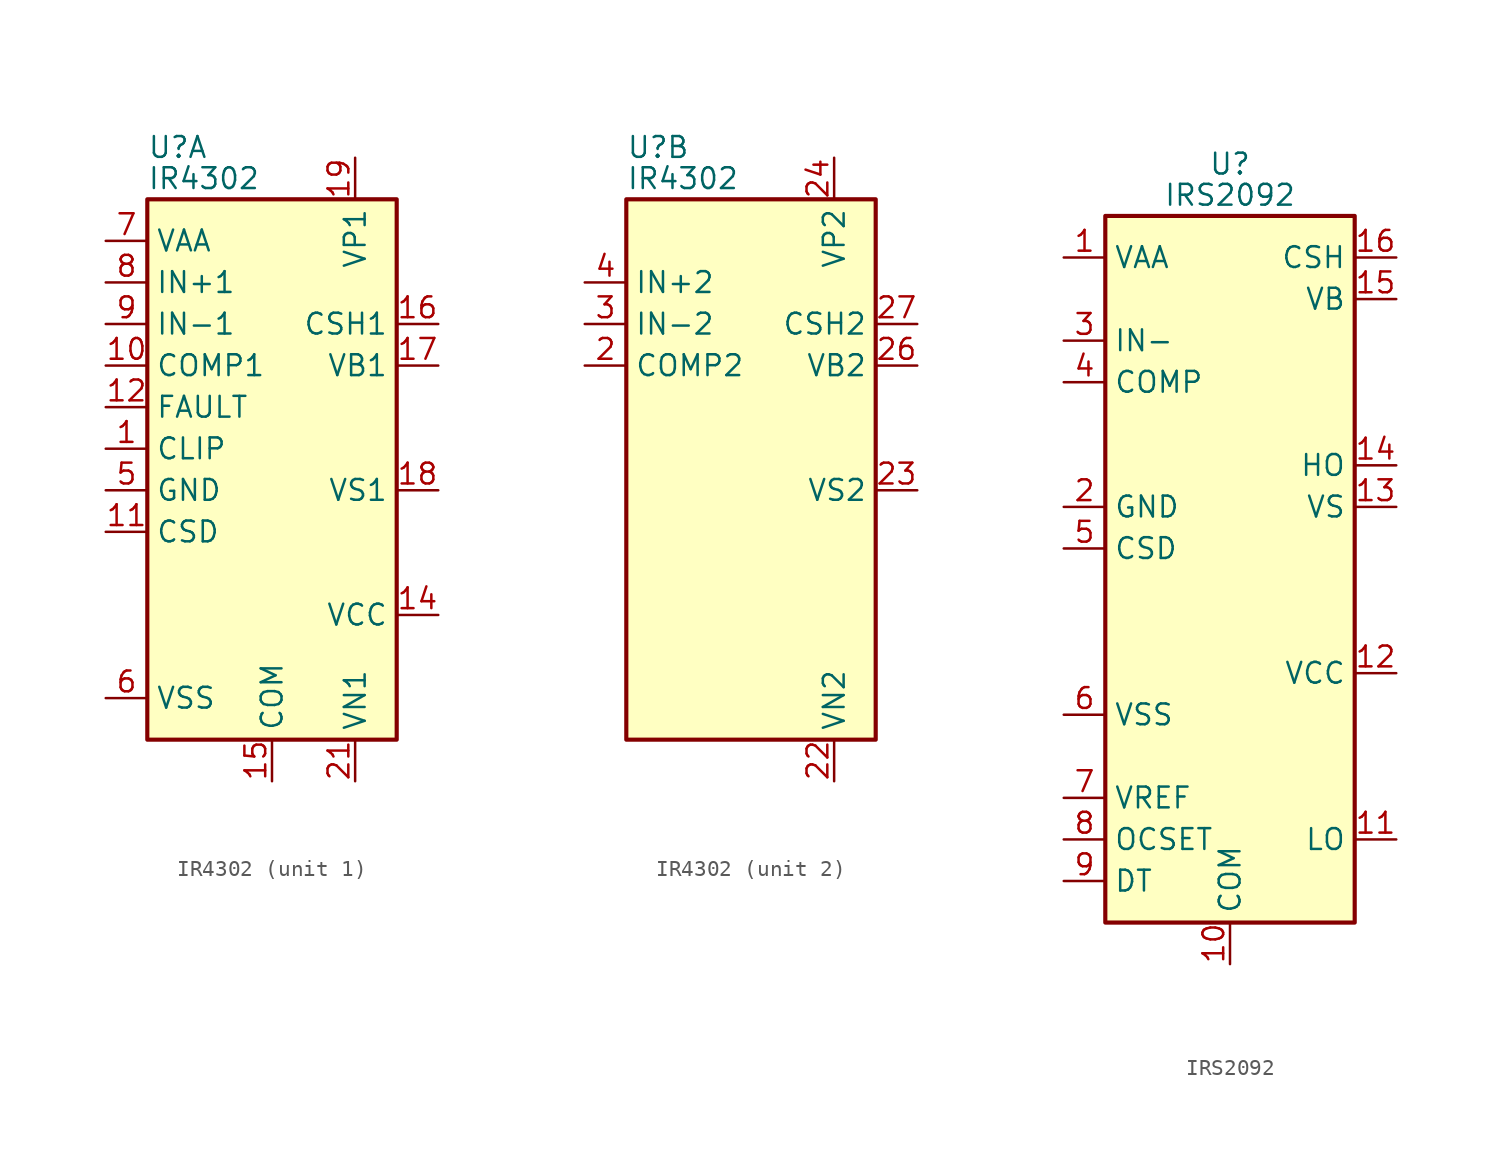
<source format=kicad_sym>
(kicad_symbol_lib
  (version 20201005)
  (generator kicad_symbol_editor)
  (symbol "IR4302"
    (property "Reference" "U"
      (at -7.62 20.955 0)
      (effects (font (size 1.27 1.27)) (justify left)))
    (property "Value" "IR4302"
      (at -7.62 19.05 0)
      (effects (font (size 1.27 1.27)) (justify left)))
    (property "ki_locked" ""
      (at 0 0 0)
      (effects (font (size 1.27 1.27))))
    (symbol "IR4302_0_1"
      (rectangle (start -7.62 -15.24) (end 7.62 17.78) (stroke (width 0.254)) (fill (type background))))
    (symbol "IR4302_1_1"
      (pin open_collector line (at -10.16 2.54 0) (length 2.54) (name "CLIP" (effects (font (size 1.27 1.27)))) (number "1" (effects (font (size 1.27 1.27)))))
      (pin output line (at -10.16 7.62 0) (length 2.54) (name "COMP1" (effects (font (size 1.27 1.27)))) (number "10" (effects (font (size 1.27 1.27)))))
      (pin passive line (at -10.16 -2.54 0) (length 2.54) (name "CSD" (effects (font (size 1.27 1.27)))) (number "11" (effects (font (size 1.27 1.27)))))
      (pin open_collector line (at -10.16 5.08 0) (length 2.54) (name "FAULT" (effects (font (size 1.27 1.27)))) (number "12" (effects (font (size 1.27 1.27)))))
      (pin no_connect line (at -7.62 -5.08 0) (length 2.54) hide (name "NC" (effects (font (size 1.27 1.27)))) (number "13" (effects (font (size 1.27 1.27)))))
      (pin power_in line (at 10.16 -7.62 180) (length 2.54) (name "VCC" (effects (font (size 1.27 1.27)))) (number "14" (effects (font (size 1.27 1.27)))))
      (pin power_in line (at 0 -17.78 90) (length 2.54) (name "COM" (effects (font (size 1.27 1.27)))) (number "15" (effects (font (size 1.27 1.27)))))
      (pin passive line (at 10.16 10.16 180) (length 2.54) (name "CSH1" (effects (font (size 1.27 1.27)))) (number "16" (effects (font (size 1.27 1.27)))))
      (pin power_in line (at 10.16 7.62 180) (length 2.54) (name "VB1" (effects (font (size 1.27 1.27)))) (number "17" (effects (font (size 1.27 1.27)))))
      (pin output line (at 10.16 0 180) (length 2.54) (name "VS1" (effects (font (size 1.27 1.27)))) (number "18" (effects (font (size 1.27 1.27)))))
      (pin power_in line (at 5.08 20.32 270) (length 2.54) (name "VP1" (effects (font (size 1.27 1.27)))) (number "19" (effects (font (size 1.27 1.27)))))
      (pin passive line (at 10.16 0 180) (length 2.54) hide (name "VS1" (effects (font (size 1.27 1.27)))) (number "20" (effects (font (size 1.27 1.27)))))
      (pin power_in line (at 5.08 -17.78 90) (length 2.54) (name "VN1" (effects (font (size 1.27 1.27)))) (number "21" (effects (font (size 1.27 1.27)))))
      (pin passive line (at 0 -17.78 90) (length 2.54) hide (name "COM" (effects (font (size 1.27 1.27)))) (number "28" (effects (font (size 1.27 1.27)))))
      (pin no_connect line (at -7.62 -7.62 0) (length 2.54) hide (name "NC" (effects (font (size 1.27 1.27)))) (number "29" (effects (font (size 1.27 1.27)))))
      (pin no_connect line (at -7.62 -10.16 0) (length 2.54) hide (name "NC" (effects (font (size 1.27 1.27)))) (number "30" (effects (font (size 1.27 1.27)))))
      (pin passive line (at 0 -17.78 90) (length 2.54) hide (name "COM" (effects (font (size 1.27 1.27)))) (number "31" (effects (font (size 1.27 1.27)))))
      (pin power_in line (at -10.16 0 0) (length 2.54) (name "GND" (effects (font (size 1.27 1.27)))) (number "5" (effects (font (size 1.27 1.27)))))
      (pin power_in line (at -10.16 -12.7 0) (length 2.54) (name "VSS" (effects (font (size 1.27 1.27)))) (number "6" (effects (font (size 1.27 1.27)))))
      (pin power_in line (at -10.16 15.24 0) (length 2.54) (name "VAA" (effects (font (size 1.27 1.27)))) (number "7" (effects (font (size 1.27 1.27)))))
      (pin input line (at -10.16 12.7 0) (length 2.54) (name "IN+1" (effects (font (size 1.27 1.27)))) (number "8" (effects (font (size 1.27 1.27)))))
      (pin input line (at -10.16 10.16 0) (length 2.54) (name "IN-1" (effects (font (size 1.27 1.27)))) (number "9" (effects (font (size 1.27 1.27))))))
    (symbol "IR4302_2_1"
      (pin output line (at -10.16 7.62 0) (length 2.54) (name "COMP2" (effects (font (size 1.27 1.27)))) (number "2" (effects (font (size 1.27 1.27)))))
      (pin power_in line (at 5.08 -17.78 90) (length 2.54) (name "VN2" (effects (font (size 1.27 1.27)))) (number "22" (effects (font (size 1.27 1.27)))))
      (pin output line (at 10.16 0 180) (length 2.54) (name "VS2" (effects (font (size 1.27 1.27)))) (number "23" (effects (font (size 1.27 1.27)))))
      (pin power_in line (at 5.08 20.32 270) (length 2.54) (name "VP2" (effects (font (size 1.27 1.27)))) (number "24" (effects (font (size 1.27 1.27)))))
      (pin passive line (at 10.16 0 180) (length 2.54) hide (name "VS2" (effects (font (size 1.27 1.27)))) (number "25" (effects (font (size 1.27 1.27)))))
      (pin power_in line (at 10.16 7.62 180) (length 2.54) (name "VB2" (effects (font (size 1.27 1.27)))) (number "26" (effects (font (size 1.27 1.27)))))
      (pin passive line (at 10.16 10.16 180) (length 2.54) (name "CSH2" (effects (font (size 1.27 1.27)))) (number "27" (effects (font (size 1.27 1.27)))))
      (pin input line (at -10.16 10.16 0) (length 2.54) (name "IN-2" (effects (font (size 1.27 1.27)))) (number "3" (effects (font (size 1.27 1.27)))))
      (pin input line (at -10.16 12.7 0) (length 2.54) (name "IN+2" (effects (font (size 1.27 1.27)))) (number "4" (effects (font (size 1.27 1.27)))))))
  (symbol "IRS2092"
    (property "Reference" "U"
      (at 0 26.035 0)
      (effects (font (size 1.27 1.27))))
    (property "Value" "IRS2092"
      (at 0 24.13 0)
      (effects (font (size 1.27 1.27))))
    (symbol "IRS2092_0_1"
      (rectangle (start -7.62 -20.32) (end 7.62 22.86) (stroke (width 0.254)) (fill (type background))))
    (symbol "IRS2092_1_1"
      (pin power_in line (at -10.16 20.32 0) (length 2.54) (name "VAA" (effects (font (size 1.27 1.27)))) (number "1" (effects (font (size 1.27 1.27)))))
      (pin power_in line (at 0 -22.86 90) (length 2.54) (name "COM" (effects (font (size 1.27 1.27)))) (number "10" (effects (font (size 1.27 1.27)))))
      (pin output line (at 10.16 -15.24 180) (length 2.54) (name "LO" (effects (font (size 1.27 1.27)))) (number "11" (effects (font (size 1.27 1.27)))))
      (pin power_in line (at 10.16 -5.08 180) (length 2.54) (name "VCC" (effects (font (size 1.27 1.27)))) (number "12" (effects (font (size 1.27 1.27)))))
      (pin passive line (at 10.16 5.08 180) (length 2.54) (name "VS" (effects (font (size 1.27 1.27)))) (number "13" (effects (font (size 1.27 1.27)))))
      (pin output line (at 10.16 7.62 180) (length 2.54) (name "HO" (effects (font (size 1.27 1.27)))) (number "14" (effects (font (size 1.27 1.27)))))
      (pin power_in line (at 10.16 17.78 180) (length 2.54) (name "VB" (effects (font (size 1.27 1.27)))) (number "15" (effects (font (size 1.27 1.27)))))
      (pin passive line (at 10.16 20.32 180) (length 2.54) (name "CSH" (effects (font (size 1.27 1.27)))) (number "16" (effects (font (size 1.27 1.27)))))
      (pin power_in line (at -10.16 5.08 0) (length 2.54) (name "GND" (effects (font (size 1.27 1.27)))) (number "2" (effects (font (size 1.27 1.27)))))
      (pin input line (at -10.16 15.24 0) (length 2.54) (name "IN-" (effects (font (size 1.27 1.27)))) (number "3" (effects (font (size 1.27 1.27)))))
      (pin output line (at -10.16 12.7 0) (length 2.54) (name "COMP" (effects (font (size 1.27 1.27)))) (number "4" (effects (font (size 1.27 1.27)))))
      (pin passive line (at -10.16 2.54 0) (length 2.54) (name "CSD" (effects (font (size 1.27 1.27)))) (number "5" (effects (font (size 1.27 1.27)))))
      (pin power_in line (at -10.16 -7.62 0) (length 2.54) (name "VSS" (effects (font (size 1.27 1.27)))) (number "6" (effects (font (size 1.27 1.27)))))
      (pin power_out line (at -10.16 -12.7 0) (length 2.54) (name "VREF" (effects (font (size 1.27 1.27)))) (number "7" (effects (font (size 1.27 1.27)))))
      (pin passive line (at -10.16 -15.24 0) (length 2.54) (name "OCSET" (effects (font (size 1.27 1.27)))) (number "8" (effects (font (size 1.27 1.27)))))
      (pin passive line (at -10.16 -17.78 0) (length 2.54) (name "DT" (effects (font (size 1.27 1.27)))) (number "9" (effects (font (size 1.27 1.27))))))))
</source>
